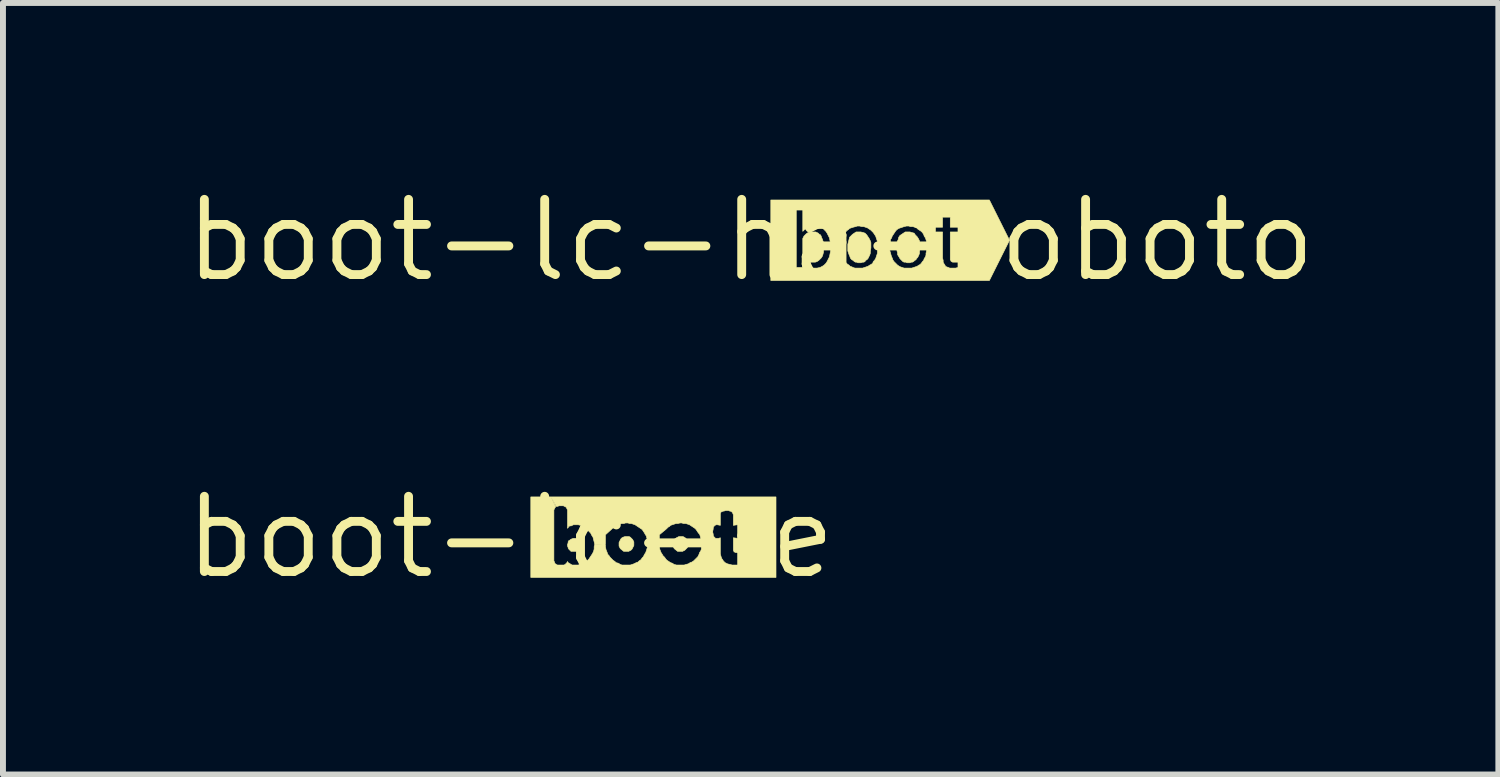
<source format=kicad_pcb>
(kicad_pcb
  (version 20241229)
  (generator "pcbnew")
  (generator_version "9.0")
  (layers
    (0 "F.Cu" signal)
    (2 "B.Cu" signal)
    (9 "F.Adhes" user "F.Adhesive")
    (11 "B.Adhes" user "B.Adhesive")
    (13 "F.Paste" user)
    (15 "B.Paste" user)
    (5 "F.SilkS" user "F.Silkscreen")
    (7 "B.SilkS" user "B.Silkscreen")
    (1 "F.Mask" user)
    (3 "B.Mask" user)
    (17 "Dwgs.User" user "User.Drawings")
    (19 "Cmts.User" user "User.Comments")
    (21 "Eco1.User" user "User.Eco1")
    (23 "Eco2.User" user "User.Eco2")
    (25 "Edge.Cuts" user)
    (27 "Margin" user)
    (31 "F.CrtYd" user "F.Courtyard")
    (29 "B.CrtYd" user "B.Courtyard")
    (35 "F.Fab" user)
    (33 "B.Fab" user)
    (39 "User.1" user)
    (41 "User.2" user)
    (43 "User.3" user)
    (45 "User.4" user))
  (footprint "boot-lc-ha-roboto"
    (layer "F.Cu")
    (at 9.623 1.006)
    (property "Reference" "boot-lc-ha-roboto" (at 0 0 0) (layer "F.SilkS") (effects (font (size 1.27 1.27) (thickness 0.15))))
    (attr board_only exclude_from_pos_files exclude_from_bom)
    (fp_poly (pts (xy 1.23 0.11) (xy 1.23 0.07) (xy 1.23 0.04) (xy 1.22 0.01) (xy 1.21 -0.02) (xy 1.2 -0.04) (xy 1.19 -0.07) (xy 1.18 -0.09) (xy 1.16 -0.1) (xy 1.14 -0.12) (xy 1.12 -0.13) (xy 1.1 -0.14) (xy 1.08 -0.14) (xy 1.05 -0.14) (xy 1.02 -0.14) (xy 1 -0.14) (xy 0.97 -0.13) (xy 0.94 -0.11) (xy 0.92 -0.09) (xy 0.9 -0.07) (xy 0.88 -0.03) (xy 0.88 0.26) (xy 0.9 0.3) (xy 0.92 0.32) (xy 0.95 0.35) (xy 0.98 0.36) (xy 1.01 0.37) (xy 1.05 0.37) (xy 1.09 0.37) (xy 1.12 0.36) (xy 1.15 0.34) (xy 1.17 0.32) (xy 1.19 0.3) (xy 1.21 0.27) (xy 1.22 0.24) (xy 1.23 0.2) (xy 1.23 0.16) (xy 1.23 0.11)) (stroke (width 0.01) (type solid)) (fill yes) (layer "F.SilkS"))
    (fp_poly (pts (xy 1.64 0.12) (xy 1.64 0.15) (xy 1.64 0.18) (xy 1.65 0.21) (xy 1.66 0.24) (xy 1.67 0.26) (xy 1.68 0.29) (xy 1.69 0.31) (xy 1.71 0.33) (xy 1.73 0.34) (xy 1.75 0.36) (xy 1.77 0.37) (xy 1.79 0.37) (xy 1.81 0.38) (xy 1.84 0.38) (xy 1.86 0.38) (xy 1.89 0.37) (xy 1.91 0.37) (xy 1.93 0.36) (xy 1.94 0.34) (xy 1.96 0.33) (xy 1.98 0.31) (xy 1.99 0.29) (xy 2 0.27) (xy 2.01 0.25) (xy 2.02 0.22) (xy 2.02 0.19) (xy 2.03 0.13) (xy 2.03 0.07) (xy 2.03 0.04) (xy 2.02 0.01) (xy 2 -0.03) (xy 1.98 -0.06) (xy 1.96 -0.09) (xy 1.93 -0.12) (xy 1.9 -0.13) (xy 1.86 -0.14) (xy 1.82 -0.14) (xy 1.78 -0.14) (xy 1.75 -0.12) (xy 1.72 -0.1) (xy 1.7 -0.08) (xy 1.67 -0.05) (xy 1.66 -0.01) (xy 1.65 0.03) (xy 1.64 0.07) (xy 1.64 0.12)) (stroke (width 0.01) (type solid)) (fill yes) (layer "F.SilkS"))
    (fp_poly (pts (xy 2.47 0.12) (xy 2.47 0.15) (xy 2.47 0.18) (xy 2.48 0.21) (xy 2.48 0.24) (xy 2.49 0.26) (xy 2.51 0.29) (xy 2.52 0.31) (xy 2.54 0.33) (xy 2.55 0.34) (xy 2.57 0.36) (xy 2.59 0.37) (xy 2.62 0.37) (xy 2.64 0.38) (xy 2.67 0.38) (xy 2.69 0.38) (xy 2.71 0.37) (xy 2.73 0.37) (xy 2.75 0.36) (xy 2.77 0.34) (xy 2.79 0.33) (xy 2.8 0.31) (xy 2.82 0.29) (xy 2.83 0.27) (xy 2.84 0.25) (xy 2.85 0.22) (xy 2.85 0.19) (xy 2.86 0.13) (xy 2.86 0.07) (xy 2.85 0.04) (xy 2.85 0.01) (xy 2.83 -0.03) (xy 2.81 -0.06) (xy 2.78 -0.09) (xy 2.76 -0.12) (xy 2.72 -0.13) (xy 2.69 -0.14) (xy 2.65 -0.14) (xy 2.61 -0.14) (xy 2.58 -0.12) (xy 2.55 -0.1) (xy 2.52 -0.08) (xy 2.5 -0.05) (xy 2.49 -0.01) (xy 2.47 0.03) (xy 2.47 0.07) (xy 2.47 0.12)) (stroke (width 0.01) (type solid)) (fill yes) (layer "F.SilkS"))
    (fp_poly (pts (xy 0.68 -0.68) (xy 0.34 -0.68) (xy 0.34 0.68) (xy 4.03 0.68) (xy 4.37 0) (xy 4.03 -0.68) (xy 0.68 -0.68) (xy 0.77 -0.51) (xy 0.88 -0.51) (xy 0.88 -0.15) (xy 0.91 -0.18) (xy 0.95 -0.2) (xy 0.98 -0.22) (xy 1.03 -0.23) (xy 1.08 -0.24) (xy 1.12 -0.23) (xy 1.17 -0.22) (xy 1.21 -0.21) (xy 1.24 -0.18) (xy 1.27 -0.15) (xy 1.29 -0.12) (xy 1.31 -0.08) (xy 1.33 -0.04) (xy 1.34 0.01) (xy 1.35 0.06) (xy 1.35 0.12) (xy 1.52 0.11) (xy 1.53 0.07) (xy 1.53 0.03) (xy 1.54 -0.01) (xy 1.55 -0.04) (xy 1.56 -0.07) (xy 1.58 -0.1) (xy 1.6 -0.13) (xy 1.62 -0.16) (xy 1.65 -0.18) (xy 1.67 -0.2) (xy 1.7 -0.21) (xy 1.73 -0.22) (xy 1.77 -0.23) (xy 1.8 -0.24) (xy 1.84 -0.24) (xy 1.88 -0.23) (xy 1.91 -0.23) (xy 1.94 -0.22) (xy 1.97 -0.21) (xy 2 -0.19) (xy 2.03 -0.17) (xy 2.05 -0.15) (xy 2.07 -0.13) (xy 2.09 -0.1) (xy 2.11 -0.07) (xy 2.12 -0.04) (xy 2.13 -0.01) (xy 2.14 0.02) (xy 2.14 0.06) (xy 2.15 0.1) (xy 2.35 0.11) (xy 2.35 0.07) (xy 2.36 0.03) (xy 2.36 -0.01) (xy 2.38 -0.04) (xy 2.39 -0.07) (xy 2.41 -0.1) (xy 2.43 -0.13) (xy 2.45 -0.16) (xy 2.47 -0.18) (xy 2.5 -0.2) (xy 2.53 -0.21) (xy 2.56 -0.22) (xy 2.59 -0.23) (xy 2.63 -0.24) (xy 2.67 -0.24) (xy 2.7 -0.23) (xy 2.74 -0.23) (xy 2.77 -0.22) (xy 2.8 -0.21) (xy 2.82 -0.19) (xy 2.85 -0.17) (xy 2.88 -0.15) (xy 2.9 -0.13) (xy 2.92 -0.1) (xy 2.93 -0.07) (xy 2.95 -0.04) (xy 3.12 -0.14) (xy 3.12 -0.22) (xy 3.24 -0.22) (xy 3.24 -0.39) (xy 3.37 -0.39) (xy 3.37 -0.22) (xy 3.5 -0.22) (xy 3.5 -0.14) (xy 3.37 -0.14) (xy 3.37 0.29) (xy 3.37 0.33) (xy 3.38 0.34) (xy 3.38 0.35) (xy 3.39 0.36) (xy 3.41 0.37) (xy 3.42 0.37) (xy 3.44 0.37) (xy 3.5 0.37) (xy 3.5 0.46) (xy 3.46 0.47) (xy 3.42 0.47) (xy 3.39 0.47) (xy 3.36 0.47) (xy 3.34 0.46) (xy 3.31 0.45) (xy 3.29 0.44) (xy 3.28 0.42) (xy 3.26 0.39) (xy 3.25 0.37) (xy 3.25 0.34) (xy 3.24 0.3) (xy 3.24 -0.14) (xy 3.12 -0.14) (xy 2.95 -0.04) (xy 2.96 -0.01) (xy 2.97 0.02) (xy 2.97 0.06) (xy 2.97 0.1) (xy 2.97 0.14) (xy 2.97 0.18) (xy 2.96 0.22) (xy 2.96 0.25) (xy 2.95 0.28) (xy 2.93 0.31) (xy 2.92 0.34) (xy 2.9 0.36) (xy 2.88 0.39) (xy 2.86 0.41) (xy 2.84 0.42) (xy 2.81 0.44) (xy 2.78 0.45) (xy 2.75 0.46) (xy 2.72 0.47) (xy 2.69 0.47) (xy 2.65 0.47) (xy 2.62 0.47) (xy 2.59 0.47) (xy 2.56 0.46) (xy 2.53 0.45) (xy 2.51 0.44) (xy 2.48 0.42) (xy 2.46 0.4) (xy 2.44 0.38) (xy 2.42 0.36) (xy 2.4 0.33) (xy 2.39 0.3) (xy 2.38 0.28) (xy 2.37 0.25) (xy 2.36 0.21) (xy 2.35 0.18) (xy 2.35 0.15) (xy 2.35 0.11) (xy 2.15 0.1) (xy 2.15 0.14) (xy 2.14 0.18) (xy 2.14 0.22) (xy 2.13 0.25) (xy 2.12 0.28) (xy 2.11 0.31) (xy 2.09 0.34) (xy 2.07 0.36) (xy 2.06 0.39) (xy 2.03 0.41) (xy 2.01 0.42) (xy 1.98 0.44) (xy 1.95 0.45) (xy 1.92 0.46) (xy 1.89 0.47) (xy 1.86 0.47) (xy 1.83 0.47) (xy 1.79 0.47) (xy 1.76 0.47) (xy 1.73 0.46) (xy 1.71 0.45) (xy 1.68 0.44) (xy 1.66 0.42) (xy 1.63 0.4) (xy 1.61 0.38) (xy 1.59 0.36) (xy 1.58 0.33) (xy 1.56 0.3) (xy 1.55 0.28) (xy 1.54 0.25) (xy 1.53 0.21) (xy 1.53 0.18) (xy 1.52 0.15) (xy 1.52 0.11) (xy 1.35 0.12) (xy 1.35 0.18) (xy 1.34 0.23) (xy 1.33 0.28) (xy 1.31 0.32) (xy 1.29 0.36) (xy 1.27 0.39) (xy 1.24 0.42) (xy 1.21 0.44) (xy 1.19 0.45) (xy 1.17 0.46) (xy 1.12 0.47) (xy 1.07 0.47) (xy 1.02 0.47) (xy 0.98 0.46) (xy 0.94 0.44) (xy 0.91 0.41) (xy 0.88 0.38) (xy 0.87 0.46) (xy 0.77 0.46) (xy 0.77 -0.51) (xy 0.68 -0.68)) (stroke (width 0.01) (type solid)) (fill yes) (layer "F.SilkS")))
  (footprint "boot-lc-re"
    (layer "F.Cu")
    (at 5.571 6.019)
    (property "Reference" "boot-lc-re" (at 0 0 0) (layer "F.SilkS") (effects (font (size 1.27 1.27) (thickness 0.15))))
    (attr board_only exclude_from_pos_files exclude_from_bom)
    (fp_poly (pts (xy 1.02 0.24) (xy 1.08 0.24) (xy 1.1 0.24) (xy 1.12 0.23) (xy 1.13 0.22) (xy 1.15 0.21) (xy 1.16 0.19) (xy 1.18 0.18) (xy 1.18 0.16) (xy 1.19 0.14) (xy 1.18 0.11) (xy 1.18 0.09) (xy 1.17 0.07) (xy 1.16 0.06) (xy 1.14 0.04) (xy 1.12 0.03) (xy 1.1 0.02) (xy 1.08 0.02) (xy 1.06 0.02) (xy 1.03 0.03) (xy 1.01 0.04) (xy 1 0.05) (xy 0.98 0.06) (xy 0.97 0.08) (xy 0.97 0.1) (xy 0.96 0.12) (xy 0.96 0.15) (xy 0.97 0.17) (xy 0.97 0.18) (xy 0.98 0.2) (xy 1.02 0.24)) (stroke (width 0.01) (type solid)) (fill yes) (layer "F.SilkS"))
    (fp_poly (pts (xy 1.91 0.24) (xy 1.97 0.24) (xy 1.99 0.24) (xy 2.01 0.23) (xy 2.03 0.22) (xy 2.05 0.2) (xy 2.06 0.18) (xy 2.07 0.16) (xy 2.08 0.14) (xy 2.08 0.11) (xy 2.08 0.08) (xy 2.07 0.06) (xy 2.06 0.04) (xy 2.04 0.02) (xy 2.02 0) (xy 2 -0.01) (xy 1.97 -0.01) (xy 1.95 -0.01) (xy 1.93 -0.01) (xy 1.9 0) (xy 1.88 0.01) (xy 1.86 0.03) (xy 1.85 0.05) (xy 1.84 0.07) (xy 1.83 0.09) (xy 1.83 0.12) (xy 1.83 0.15) (xy 1.84 0.17) (xy 1.85 0.19) (xy 1.86 0.2) (xy 1.91 0.24)) (stroke (width 0.01) (type solid)) (fill yes) (layer "F.SilkS"))
    (fp_poly (pts (xy 2.82 0.24) (xy 2.88 0.24) (xy 2.9 0.24) (xy 2.92 0.23) (xy 2.94 0.22) (xy 2.96 0.2) (xy 2.98 0.18) (xy 2.99 0.16) (xy 2.99 0.14) (xy 2.99 0.11) (xy 2.99 0.08) (xy 2.98 0.06) (xy 2.97 0.04) (xy 2.96 0.02) (xy 2.93 0) (xy 2.91 -0.01) (xy 2.89 -0.01) (xy 2.86 -0.01) (xy 2.84 -0.01) (xy 2.82 0) (xy 2.8 0.01) (xy 2.77 0.03) (xy 2.76 0.05) (xy 2.75 0.07) (xy 2.74 0.09) (xy 2.74 0.12) (xy 2.75 0.15) (xy 2.75 0.17) (xy 2.76 0.19) (xy 2.77 0.2) (xy 2.82 0.24)) (stroke (width 0.01) (type solid)) (fill yes) (layer "F.SilkS"))
    (fp_poly (pts (xy 0.68 -0.68) (xy 0.34 -0.68) (xy 0.34 0.68) (xy 4.48 0.68) (xy 4.48 -0.68) (xy 0.68 -0.68) (xy 0.77 -0.52) (xy 0.79 -0.52) (xy 0.82 -0.53) (xy 0.86 -0.53) (xy 0.89 -0.53) (xy 0.91 -0.52) (xy 0.93 -0.51) (xy 0.94 -0.5) (xy 0.95 -0.48) (xy 0.96 -0.46) (xy 0.96 -0.15) (xy 0.97 -0.16) (xy 0.98 -0.18) (xy 1 -0.19) (xy 1.02 -0.19) (xy 1.06 -0.21) (xy 1.1 -0.21) (xy 1.14 -0.21) (xy 1.18 -0.2) (xy 1.22 -0.18) (xy 1.25 -0.16) (xy 1.29 -0.14) (xy 1.32 -0.1) (xy 1.35 -0.07) (xy 1.37 -0.03) (xy 1.39 0) (xy 1.4 0.04) (xy 1.41 0.08) (xy 1.42 0.12) (xy 1.6 0.12) (xy 1.6 -0.04) (xy 1.71 -0.14) (xy 1.74 -0.17) (xy 1.76 -0.18) (xy 1.79 -0.2) (xy 1.82 -0.21) (xy 1.84 -0.22) (xy 1.87 -0.23) (xy 1.91 -0.23) (xy 1.94 -0.24) (xy 1.98 -0.24) (xy 2.01 -0.23) (xy 2.04 -0.23) (xy 2.07 -0.22) (xy 2.1 -0.21) (xy 2.13 -0.19) (xy 2.16 -0.17) (xy 2.19 -0.15) (xy 2.22 -0.13) (xy 2.24 -0.1) (xy 2.26 -0.07) (xy 2.27 -0.05) (xy 2.29 -0.02) (xy 2.3 0.02) (xy 2.31 0.05) (xy 2.31 0.09) (xy 2.31 0.13) (xy 2.51 0.12) (xy 2.51 -0.04) (xy 2.63 -0.14) (xy 2.66 -0.17) (xy 2.68 -0.18) (xy 2.7 -0.2) (xy 2.73 -0.21) (xy 2.76 -0.22) (xy 2.79 -0.23) (xy 2.82 -0.23) (xy 2.86 -0.24) (xy 2.89 -0.24) (xy 2.92 -0.23) (xy 2.96 -0.23) (xy 2.99 -0.22) (xy 3.02 -0.21) (xy 3.05 -0.19) (xy 3.08 -0.17) (xy 3.11 -0.15) (xy 3.13 -0.13) (xy 3.15 -0.1) (xy 3.17 -0.07) (xy 3.19 -0.05) (xy 3.2 -0.02) (xy 3.21 0.02) (xy 3.42 -0.03) (xy 3.42 -0.05) (xy 3.41 -0.09) (xy 3.42 -0.14) (xy 3.42 -0.16) (xy 3.43 -0.18) (xy 3.45 -0.2) (xy 3.47 -0.21) (xy 3.49 -0.21) (xy 3.54 -0.2) (xy 3.54 -0.38) (xy 3.54 -0.4) (xy 3.55 -0.42) (xy 3.56 -0.43) (xy 3.57 -0.43) (xy 3.58 -0.44) (xy 3.6 -0.44) (xy 3.63 -0.45) (xy 3.65 -0.45) (xy 3.68 -0.45) (xy 3.7 -0.44) (xy 3.71 -0.44) (xy 3.73 -0.43) (xy 3.74 -0.42) (xy 3.75 -0.41) (xy 3.75 -0.4) (xy 3.76 -0.38) (xy 3.76 -0.34) (xy 3.76 -0.2) (xy 3.83 -0.21) (xy 3.88 -0.21) (xy 3.92 -0.2) (xy 3.93 -0.19) (xy 3.94 -0.18) (xy 3.95 -0.16) (xy 3.95 -0.15) (xy 3.96 -0.1) (xy 3.95 -0.05) (xy 3.95 -0.03) (xy 3.94 -0.02) (xy 3.93 0) (xy 3.92 0.01) (xy 3.88 0.02) (xy 3.84 0.02) (xy 3.76 0.01) (xy 3.76 0.2) (xy 3.76 0.22) (xy 3.77 0.24) (xy 3.77 0.25) (xy 3.78 0.25) (xy 3.8 0.26) (xy 3.84 0.26) (xy 3.86 0.26) (xy 3.89 0.27) (xy 3.9 0.28) (xy 3.91 0.29) (xy 3.92 0.31) (xy 3.92 0.35) (xy 3.92 0.4) (xy 3.92 0.42) (xy 3.91 0.43) (xy 3.9 0.45) (xy 3.89 0.46) (xy 3.86 0.47) (xy 3.83 0.47) (xy 3.78 0.47) (xy 3.74 0.47) (xy 3.7 0.46) (xy 3.66 0.45) (xy 3.64 0.44) (xy 3.62 0.43) (xy 3.61 0.42) (xy 3.59 0.4) (xy 3.58 0.38) (xy 3.57 0.37) (xy 3.56 0.35) (xy 3.55 0.32) (xy 3.54 0.28) (xy 3.54 0.23) (xy 3.54 0.01) (xy 3.51 0.02) (xy 3.48 0.02) (xy 3.46 0.02) (xy 3.45 0.01) (xy 3.44 0) (xy 3.43 -0.01) (xy 3.42 -0.03) (xy 3.21 0.02) (xy 3.22 0.05) (xy 3.22 0.09) (xy 3.22 0.13) (xy 3.22 0.16) (xy 3.22 0.2) (xy 3.21 0.23) (xy 3.19 0.26) (xy 3.18 0.29) (xy 3.16 0.33) (xy 3.14 0.35) (xy 3.11 0.38) (xy 3.09 0.4) (xy 3.06 0.42) (xy 3.03 0.43) (xy 3 0.45) (xy 2.96 0.46) (xy 2.93 0.47) (xy 2.9 0.47) (xy 2.86 0.47) (xy 2.83 0.47) (xy 2.8 0.47) (xy 2.76 0.46) (xy 2.73 0.44) (xy 2.7 0.43) (xy 2.67 0.41) (xy 2.64 0.39) (xy 2.62 0.37) (xy 2.6 0.34) (xy 2.57 0.31) (xy 2.56 0.29) (xy 2.54 0.26) (xy 2.52 0.21) (xy 2.51 0.16) (xy 2.51 0.13) (xy 2.31 0.13) (xy 2.31 0.16) (xy 2.3 0.2) (xy 2.29 0.23) (xy 2.28 0.26) (xy 2.26 0.29) (xy 2.24 0.33) (xy 2.22 0.35) (xy 2.2 0.38) (xy 2.17 0.4) (xy 2.15 0.42) (xy 2.12 0.43) (xy 2.08 0.45) (xy 2.05 0.46) (xy 2.02 0.47) (xy 1.98 0.47) (xy 1.95 0.47) (xy 1.91 0.47) (xy 1.88 0.47) (xy 1.85 0.46) (xy 1.82 0.44) (xy 1.78 0.43) (xy 1.76 0.41) (xy 1.73 0.39) (xy 1.71 0.37) (xy 1.68 0.34) (xy 1.66 0.31) (xy 1.64 0.29) (xy 1.63 0.26) (xy 1.61 0.21) (xy 1.6 0.16) (xy 1.6 0.13) (xy 1.42 0.12) (xy 1.41 0.16) (xy 1.41 0.2) (xy 1.4 0.24) (xy 1.38 0.28) (xy 1.36 0.31) (xy 1.34 0.34) (xy 1.32 0.37) (xy 1.29 0.4) (xy 1.26 0.42) (xy 1.23 0.44) (xy 1.2 0.45) (xy 1.17 0.46) (xy 1.14 0.47) (xy 1.11 0.47) (xy 1.08 0.47) (xy 1.04 0.47) (xy 1.02 0.46) (xy 0.99 0.44) (xy 0.97 0.43) (xy 0.96 0.41) (xy 0.95 0.43) (xy 0.94 0.44) (xy 0.92 0.46) (xy 0.9 0.47) (xy 0.86 0.47) (xy 0.83 0.47) (xy 0.79 0.47) (xy 0.77 0.46) (xy 0.76 0.45) (xy 0.75 0.45) (xy 0.74 0.42) (xy 0.73 0.4) (xy 0.73 -0.46) (xy 0.74 -0.48) (xy 0.75 -0.5) (xy 0.76 -0.51) (xy 0.68 -0.68)) (stroke (width 0.01) (type solid)) (fill yes) (layer "F.SilkS")))
  (gr_rect
    (start -3 -3)
    (end 22.246 10.025)
    (stroke (width 0.1) (type default))
    (fill no)
    (layer "Edge.Cuts")))
</source>
